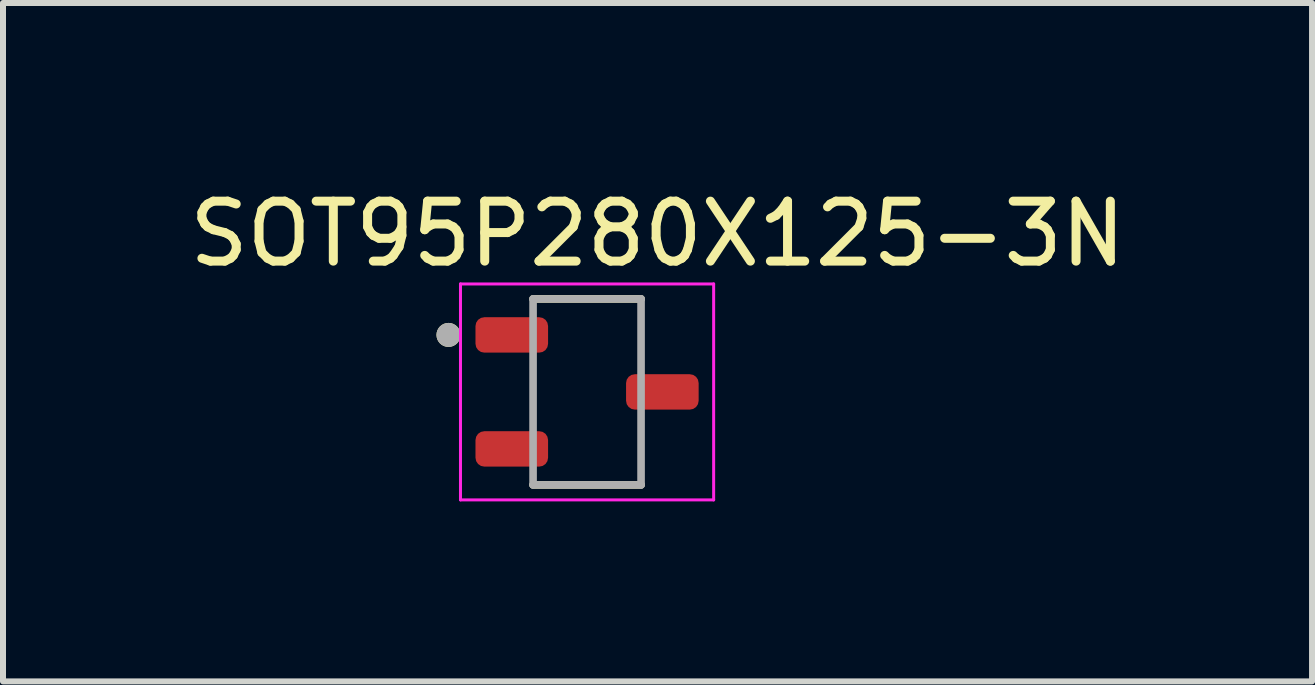
<source format=kicad_pcb>
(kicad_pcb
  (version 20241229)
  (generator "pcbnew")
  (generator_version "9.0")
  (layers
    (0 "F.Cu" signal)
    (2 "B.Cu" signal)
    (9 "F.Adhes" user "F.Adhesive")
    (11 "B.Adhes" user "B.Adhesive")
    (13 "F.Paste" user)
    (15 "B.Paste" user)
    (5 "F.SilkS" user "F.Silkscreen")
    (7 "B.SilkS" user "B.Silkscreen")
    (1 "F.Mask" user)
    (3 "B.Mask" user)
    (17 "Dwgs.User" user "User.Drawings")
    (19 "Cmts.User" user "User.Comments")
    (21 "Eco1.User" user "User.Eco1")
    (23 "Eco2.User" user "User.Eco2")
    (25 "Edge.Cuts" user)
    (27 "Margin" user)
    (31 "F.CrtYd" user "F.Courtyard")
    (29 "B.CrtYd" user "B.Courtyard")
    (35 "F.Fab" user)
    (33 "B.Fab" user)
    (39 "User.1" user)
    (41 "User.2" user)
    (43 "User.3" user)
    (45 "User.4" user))
  (footprint "SOT95P280X125-3N"
    (layer "F.Cu")
    (at 6.736 3.483)
    (property "Reference" "SOT95P280X125-3N" (at 1.175 -2.635 0) (layer "F.SilkS") (effects (font (size 1 1) (thickness 0.15))))
    (attr smd)
    (fp_line (start -0.9 1.55) (end 0.9 1.55) (stroke (width 0.127) (type solid)) (layer "F.SilkS"))
    (fp_line (start 0.9 -1.55) (end -0.9 -1.55) (stroke (width 0.127) (type solid)) (layer "F.SilkS"))
    (fp_circle (center -2.31 -0.95) (end -2.21 -0.95) (stroke (width 0.2) (type solid)) (fill no) (layer "F.SilkS"))
    (fp_line (start -2.11 -1.8) (end 2.11 -1.8) (stroke (width 0.05) (type solid)) (layer "F.CrtYd"))
    (fp_line (start -2.11 1.8) (end -2.11 -1.8) (stroke (width 0.05) (type solid)) (layer "F.CrtYd"))
    (fp_line (start 2.11 -1.8) (end 2.11 1.8) (stroke (width 0.05) (type solid)) (layer "F.CrtYd"))
    (fp_line (start 2.11 1.8) (end -2.11 1.8) (stroke (width 0.05) (type solid)) (layer "F.CrtYd"))
    (fp_line (start -0.9 -1.55) (end -0.9 1.55) (stroke (width 0.127) (type solid)) (layer "F.Fab"))
    (fp_line (start -0.9 1.55) (end 0.9 1.55) (stroke (width 0.127) (type solid)) (layer "F.Fab"))
    (fp_line (start 0.9 -1.55) (end -0.9 -1.55) (stroke (width 0.127) (type solid)) (layer "F.Fab"))
    (fp_line (start 0.9 1.55) (end 0.9 -1.55) (stroke (width 0.127) (type solid)) (layer "F.Fab"))
    (fp_circle (center -2.31 -0.95) (end -2.21 -0.95) (stroke (width 0.2) (type solid)) (fill no) (layer "F.Fab"))
    (pad "1" smd roundrect (at -1.255 -0.95) (size 1.21 0.59) (layers "F.Cu" "F.Mask" "F.Paste") (roundrect_rratio 0.25))
    (pad "2" smd roundrect (at -1.255 0.95) (size 1.21 0.59) (layers "F.Cu" "F.Mask" "F.Paste") (roundrect_rratio 0.25))
    (pad "3" smd roundrect (at 1.255 0) (size 1.21 0.59) (layers "F.Cu" "F.Mask" "F.Paste") (roundrect_rratio 0.25)))
  (gr_rect
    (start -3 -3)
    (end 18.821 8.308)
    (stroke (width 0.1) (type default))
    (fill no)
    (layer "Edge.Cuts")))
</source>
